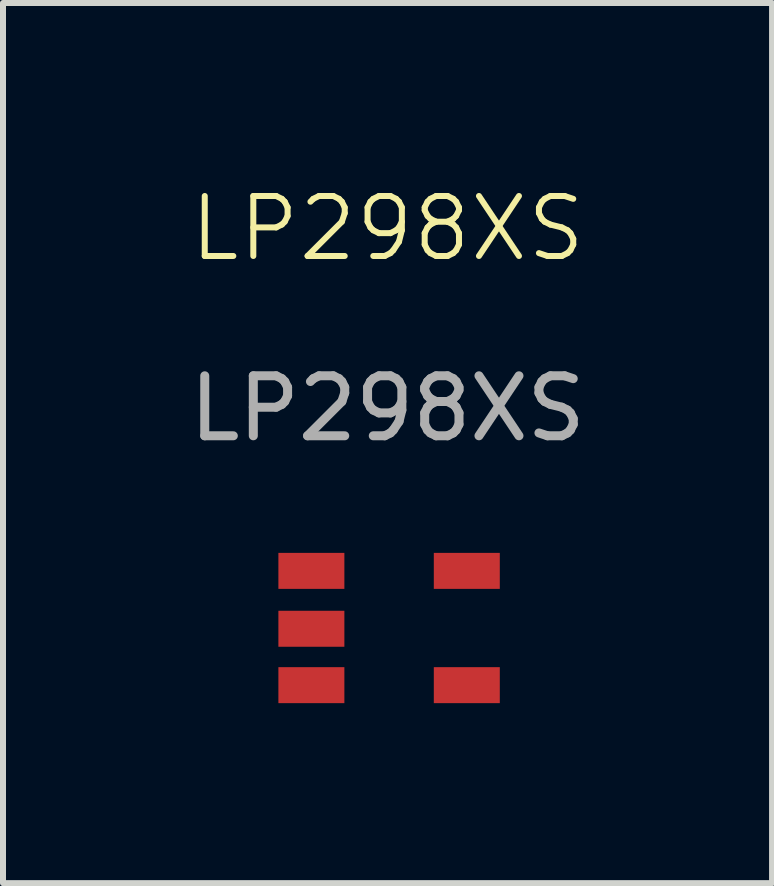
<source format=kicad_pcb>
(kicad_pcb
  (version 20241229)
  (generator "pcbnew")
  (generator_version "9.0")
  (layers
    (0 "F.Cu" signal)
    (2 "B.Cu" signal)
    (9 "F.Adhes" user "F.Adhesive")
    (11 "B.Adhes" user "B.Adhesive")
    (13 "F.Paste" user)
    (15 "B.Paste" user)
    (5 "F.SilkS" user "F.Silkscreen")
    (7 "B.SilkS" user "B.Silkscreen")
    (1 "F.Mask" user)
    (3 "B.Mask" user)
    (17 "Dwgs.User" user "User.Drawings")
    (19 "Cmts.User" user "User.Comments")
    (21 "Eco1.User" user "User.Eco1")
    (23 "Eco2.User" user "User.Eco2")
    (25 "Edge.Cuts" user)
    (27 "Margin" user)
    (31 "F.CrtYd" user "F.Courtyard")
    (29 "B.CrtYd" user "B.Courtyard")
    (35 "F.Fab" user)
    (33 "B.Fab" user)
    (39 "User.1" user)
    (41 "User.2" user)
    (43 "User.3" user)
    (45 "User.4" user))
  (footprint "LP298XS"
    (layer "F.Cu")
    (at 3.411 1.26)
    (property "Reference" "LP298XS" (at 0 -0.5 0) (unlocked yes) (layer "F.SilkS") (effects (font (size 1 1) (thickness 0.1))))
    (attr smd)
    (fp_text user "${REFERENCE}" (at 0 2.5 0) (unlocked yes) (layer "F.Fab") (effects (font (size 1 1) (thickness 0.15))))
    (pad "1" smd rect (at -1.27 5.207) (size 1.1 0.6) (layers "F.Cu" "F.Mask" "F.Paste"))
    (pad "2" smd rect (at -1.27 6.172) (size 1.1 0.6) (layers "F.Cu" "F.Mask" "F.Paste"))
    (pad "3" smd rect (at -1.27 7.112) (size 1.1 0.6) (layers "F.Cu" "F.Mask" "B.Adhes" "F.Paste"))
    (pad "4" smd rect (at 1.321 7.112) (size 1.1 0.6) (layers "F.Cu" "F.Mask" "F.Paste"))
    (pad "5" smd rect (at 1.321 5.207) (size 1.1 0.6) (layers "F.Cu" "F.Mask" "F.Paste")))
  (gr_rect
    (start -3 -3)
    (end 9.821 11.672)
    (stroke (width 0.1) (type default))
    (fill no)
    (layer "Edge.Cuts")))
</source>
